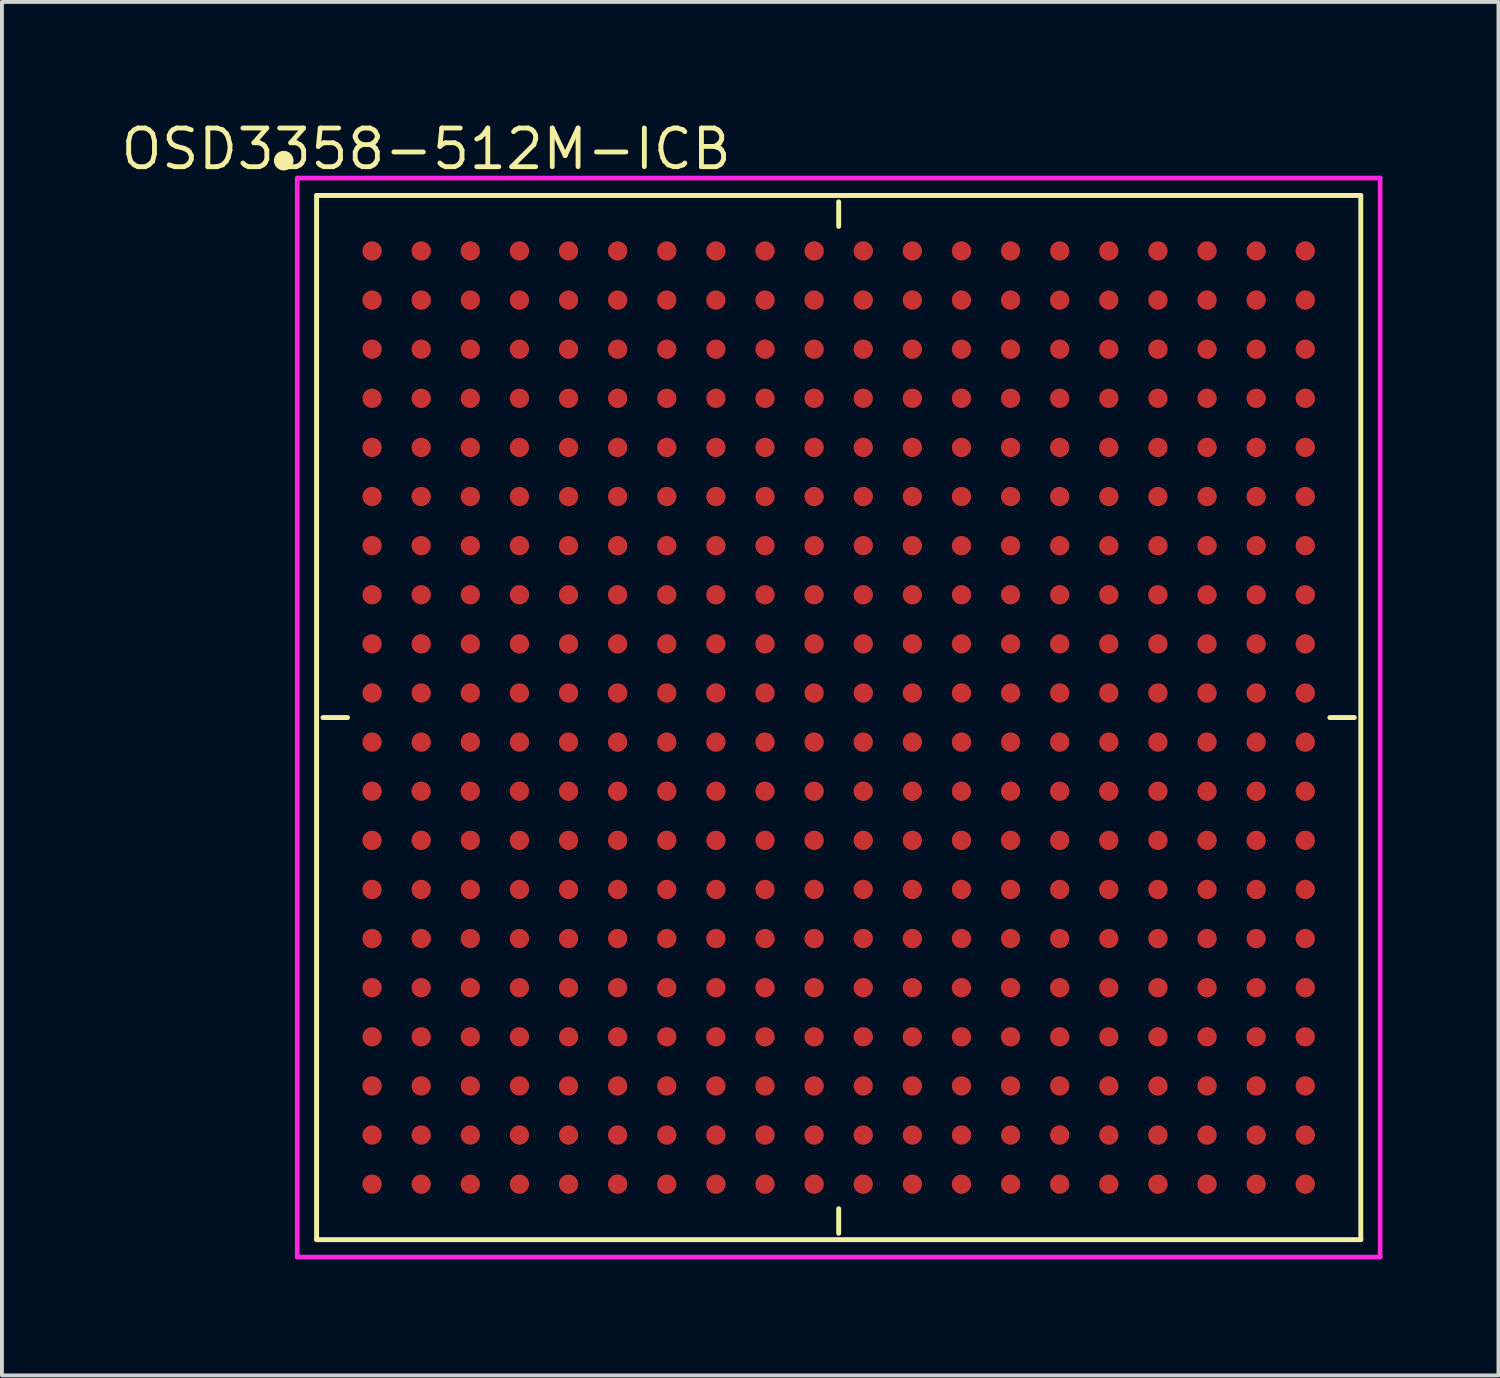
<source format=kicad_pcb>
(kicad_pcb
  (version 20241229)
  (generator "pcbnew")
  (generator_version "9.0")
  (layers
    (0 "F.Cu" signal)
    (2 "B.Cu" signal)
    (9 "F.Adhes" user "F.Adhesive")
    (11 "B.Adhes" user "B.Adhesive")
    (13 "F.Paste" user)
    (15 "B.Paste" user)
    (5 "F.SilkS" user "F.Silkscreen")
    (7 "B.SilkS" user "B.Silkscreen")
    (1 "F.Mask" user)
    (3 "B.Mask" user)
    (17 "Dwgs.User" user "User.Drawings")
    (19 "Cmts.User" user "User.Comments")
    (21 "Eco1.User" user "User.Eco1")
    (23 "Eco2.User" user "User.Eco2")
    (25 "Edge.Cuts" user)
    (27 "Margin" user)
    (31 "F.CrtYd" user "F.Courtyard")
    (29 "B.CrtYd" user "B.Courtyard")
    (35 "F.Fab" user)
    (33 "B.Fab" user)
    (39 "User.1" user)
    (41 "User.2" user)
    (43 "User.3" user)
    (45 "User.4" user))
  (footprint "OSD3358-512M-ICB"
    (layer "F.Cu")
    (at 18.636 15.504)
    (property "Reference" "OSD3358-512M-ICB" (at -10.668 -14.7 0) (layer "F.SilkS") (effects (font (size 1 1) (thickness 0.125))))
    (attr through_hole)
    (fp_line (start -13.5 -13.5) (end -13.5 13.5) (stroke (width 0.127) (type solid)) (layer "F.SilkS"))
    (fp_line (start -13.5 13.5) (end 13.5 13.5) (stroke (width 0.127) (type solid)) (layer "F.SilkS"))
    (fp_line (start -12.7 0) (end -13.335 0) (stroke (width 0.127) (type solid)) (layer "F.SilkS"))
    (fp_line (start 0 -13.335) (end 0 -12.7) (stroke (width 0.127) (type solid)) (layer "F.SilkS"))
    (fp_line (start 0 12.7) (end 0 13.335) (stroke (width 0.127) (type solid)) (layer "F.SilkS"))
    (fp_line (start 12.7 0) (end 13.335 0) (stroke (width 0.127) (type solid)) (layer "F.SilkS"))
    (fp_line (start 13.5 -13.5) (end -13.5 -13.5) (stroke (width 0.127) (type solid)) (layer "F.SilkS"))
    (fp_line (start 13.5 13.5) (end 13.5 -13.5) (stroke (width 0.127) (type solid)) (layer "F.SilkS"))
    (fp_circle (center -14.35 -14.4) (end -14.223 -14.4) (stroke (width 0.254) (type solid)) (fill no) (layer "F.SilkS"))
    (fp_line (start -14 -13.95) (end 14 -13.95) (stroke (width 0.12) (type solid)) (layer "F.CrtYd"))
    (fp_line (start -14 13.95) (end -14 -13.95) (stroke (width 0.12) (type solid)) (layer "F.CrtYd"))
    (fp_line (start 14 -13.95) (end 14 13.95) (stroke (width 0.12) (type solid)) (layer "F.CrtYd"))
    (fp_line (start 14 13.95) (end -14 13.95) (stroke (width 0.12) (type solid)) (layer "F.CrtYd"))
    (pad "A1" smd circle (at -12.065 -12.065) (size 0.5 0.5) (layers "F.Cu" "F.Mask" "F.Paste"))
    (pad "A2" smd circle (at -10.795 -12.065) (size 0.5 0.5) (layers "F.Cu" "F.Mask" "F.Paste"))
    (pad "A3" smd circle (at -9.525 -12.065) (size 0.5 0.5) (layers "F.Cu" "F.Mask" "F.Paste"))
    (pad "A4" smd circle (at -8.255 -12.065) (size 0.5 0.5) (layers "F.Cu" "F.Mask" "F.Paste"))
    (pad "A5" smd circle (at -6.985 -12.065) (size 0.5 0.5) (layers "F.Cu" "F.Mask" "F.Paste"))
    (pad "A6" smd circle (at -5.715 -12.065) (size 0.5 0.5) (layers "F.Cu" "F.Mask" "F.Paste"))
    (pad "A7" smd circle (at -4.445 -12.065) (size 0.5 0.5) (layers "F.Cu" "F.Mask" "F.Paste"))
    (pad "A8" smd circle (at -3.175 -12.065) (size 0.5 0.5) (layers "F.Cu" "F.Mask" "F.Paste"))
    (pad "A9" smd circle (at -1.905 -12.065) (size 0.5 0.5) (layers "F.Cu" "F.Mask" "F.Paste"))
    (pad "A10" smd circle (at -0.635 -12.065) (size 0.5 0.5) (layers "F.Cu" "F.Mask" "F.Paste"))
    (pad "A11" smd circle (at 0.635 -12.065) (size 0.5 0.5) (layers "F.Cu" "F.Mask" "F.Paste"))
    (pad "A12" smd circle (at 1.905 -12.065) (size 0.5 0.5) (layers "F.Cu" "F.Mask" "F.Paste"))
    (pad "A13" smd circle (at 3.175 -12.065) (size 0.5 0.5) (layers "F.Cu" "F.Mask" "F.Paste"))
    (pad "A14" smd circle (at 4.445 -12.065) (size 0.5 0.5) (layers "F.Cu" "F.Mask" "F.Paste"))
    (pad "A15" smd circle (at 5.715 -12.065) (size 0.5 0.5) (layers "F.Cu" "F.Mask" "F.Paste"))
    (pad "A16" smd circle (at 6.985 -12.065) (size 0.5 0.5) (layers "F.Cu" "F.Mask" "F.Paste"))
    (pad "A17" smd circle (at 8.255 -12.065) (size 0.5 0.5) (layers "F.Cu" "F.Mask" "F.Paste"))
    (pad "A18" smd circle (at 9.525 -12.065) (size 0.5 0.5) (layers "F.Cu" "F.Mask" "F.Paste"))
    (pad "A19" smd circle (at 10.795 -12.065) (size 0.5 0.5) (layers "F.Cu" "F.Mask" "F.Paste"))
    (pad "A20" smd circle (at 12.065 -12.065) (size 0.5 0.5) (layers "F.Cu" "F.Mask" "F.Paste"))
    (pad "B1" smd circle (at -12.065 -10.795) (size 0.5 0.5) (layers "F.Cu" "F.Mask" "F.Paste"))
    (pad "B2" smd circle (at -10.795 -10.795) (size 0.5 0.5) (layers "F.Cu" "F.Mask" "F.Paste"))
    (pad "B3" smd circle (at -9.525 -10.795) (size 0.5 0.5) (layers "F.Cu" "F.Mask" "F.Paste"))
    (pad "B4" smd circle (at -8.255 -10.795) (size 0.5 0.5) (layers "F.Cu" "F.Mask" "F.Paste"))
    (pad "B5" smd circle (at -6.985 -10.795) (size 0.5 0.5) (layers "F.Cu" "F.Mask" "F.Paste"))
    (pad "B6" smd circle (at -5.715 -10.795) (size 0.5 0.5) (layers "F.Cu" "F.Mask" "F.Paste"))
    (pad "B7" smd circle (at -4.445 -10.795) (size 0.5 0.5) (layers "F.Cu" "F.Mask" "F.Paste"))
    (pad "B8" smd circle (at -3.175 -10.795) (size 0.5 0.5) (layers "F.Cu" "F.Mask" "F.Paste"))
    (pad "B9" smd circle (at -1.905 -10.795) (size 0.5 0.5) (layers "F.Cu" "F.Mask" "F.Paste"))
    (pad "B10" smd circle (at -0.635 -10.795) (size 0.5 0.5) (layers "F.Cu" "F.Mask" "F.Paste"))
    (pad "B11" smd circle (at 0.635 -10.795) (size 0.5 0.5) (layers "F.Cu" "F.Mask" "F.Paste"))
    (pad "B12" smd circle (at 1.905 -10.795) (size 0.5 0.5) (layers "F.Cu" "F.Mask" "F.Paste"))
    (pad "B13" smd circle (at 3.175 -10.795) (size 0.5 0.5) (layers "F.Cu" "F.Mask" "F.Paste"))
    (pad "B14" smd circle (at 4.445 -10.795) (size 0.5 0.5) (layers "F.Cu" "F.Mask" "F.Paste"))
    (pad "B15" smd circle (at 5.715 -10.795) (size 0.5 0.5) (layers "F.Cu" "F.Mask" "F.Paste"))
    (pad "B16" smd circle (at 6.985 -10.795) (size 0.5 0.5) (layers "F.Cu" "F.Mask" "F.Paste"))
    (pad "B17" smd circle (at 8.255 -10.795) (size 0.5 0.5) (layers "F.Cu" "F.Mask" "F.Paste"))
    (pad "B18" smd circle (at 9.525 -10.795) (size 0.5 0.5) (layers "F.Cu" "F.Mask" "F.Paste"))
    (pad "B19" smd circle (at 10.795 -10.795) (size 0.5 0.5) (layers "F.Cu" "F.Mask" "F.Paste"))
    (pad "B20" smd circle (at 12.065 -10.795) (size 0.5 0.5) (layers "F.Cu" "F.Mask" "F.Paste"))
    (pad "C1" smd circle (at -12.065 -9.525) (size 0.5 0.5) (layers "F.Cu" "F.Mask" "F.Paste"))
    (pad "C2" smd circle (at -10.795 -9.525) (size 0.5 0.5) (layers "F.Cu" "F.Mask" "F.Paste"))
    (pad "C3" smd circle (at -9.525 -9.525) (size 0.5 0.5) (layers "F.Cu" "F.Mask" "F.Paste"))
    (pad "C4" smd circle (at -8.255 -9.525) (size 0.5 0.5) (layers "F.Cu" "F.Mask" "F.Paste"))
    (pad "C5" smd circle (at -6.985 -9.525) (size 0.5 0.5) (layers "F.Cu" "F.Mask" "F.Paste"))
    (pad "C6" smd circle (at -5.715 -9.525) (size 0.5 0.5) (layers "F.Cu" "F.Mask" "F.Paste"))
    (pad "C7" smd circle (at -4.445 -9.525) (size 0.5 0.5) (layers "F.Cu" "F.Mask" "F.Paste"))
    (pad "C8" smd circle (at -3.175 -9.525) (size 0.5 0.5) (layers "F.Cu" "F.Mask" "F.Paste"))
    (pad "C9" smd circle (at -1.905 -9.525) (size 0.5 0.5) (layers "F.Cu" "F.Mask" "F.Paste"))
    (pad "C10" smd circle (at -0.635 -9.525) (size 0.5 0.5) (layers "F.Cu" "F.Mask" "F.Paste"))
    (pad "C11" smd circle (at 0.635 -9.525) (size 0.5 0.5) (layers "F.Cu" "F.Mask" "F.Paste"))
    (pad "C12" smd circle (at 1.905 -9.525) (size 0.5 0.5) (layers "F.Cu" "F.Mask" "F.Paste"))
    (pad "C13" smd circle (at 3.175 -9.525) (size 0.5 0.5) (layers "F.Cu" "F.Mask" "F.Paste"))
    (pad "C14" smd circle (at 4.445 -9.525) (size 0.5 0.5) (layers "F.Cu" "F.Mask" "F.Paste"))
    (pad "C15" smd circle (at 5.715 -9.525) (size 0.5 0.5) (layers "F.Cu" "F.Mask" "F.Paste"))
    (pad "C16" smd circle (at 6.985 -9.525) (size 0.5 0.5) (layers "F.Cu" "F.Mask" "F.Paste"))
    (pad "C17" smd circle (at 8.255 -9.525) (size 0.5 0.5) (layers "F.Cu" "F.Mask" "F.Paste"))
    (pad "C18" smd circle (at 9.525 -9.525) (size 0.5 0.5) (layers "F.Cu" "F.Mask" "F.Paste"))
    (pad "C19" smd circle (at 10.795 -9.525) (size 0.5 0.5) (layers "F.Cu" "F.Mask" "F.Paste"))
    (pad "C20" smd circle (at 12.065 -9.525) (size 0.5 0.5) (layers "F.Cu" "F.Mask" "F.Paste"))
    (pad "D1" smd circle (at -12.065 -8.255) (size 0.5 0.5) (layers "F.Cu" "F.Mask" "F.Paste"))
    (pad "D2" smd circle (at -10.795 -8.255) (size 0.5 0.5) (layers "F.Cu" "F.Mask" "F.Paste"))
    (pad "D3" smd circle (at -9.525 -8.255) (size 0.5 0.5) (layers "F.Cu" "F.Mask" "F.Paste"))
    (pad "D4" smd circle (at -8.255 -8.255) (size 0.5 0.5) (layers "F.Cu" "F.Mask" "F.Paste"))
    (pad "D5" smd circle (at -6.985 -8.255) (size 0.5 0.5) (layers "F.Cu" "F.Mask" "F.Paste"))
    (pad "D6" smd circle (at -5.715 -8.255) (size 0.5 0.5) (layers "F.Cu" "F.Mask" "F.Paste"))
    (pad "D7" smd circle (at -4.445 -8.255) (size 0.5 0.5) (layers "F.Cu" "F.Mask" "F.Paste"))
    (pad "D8" smd circle (at -3.175 -8.255) (size 0.5 0.5) (layers "F.Cu" "F.Mask" "F.Paste"))
    (pad "D9" smd circle (at -1.905 -8.255) (size 0.5 0.5) (layers "F.Cu" "F.Mask" "F.Paste"))
    (pad "D10" smd circle (at -0.635 -8.255) (size 0.5 0.5) (layers "F.Cu" "F.Mask" "F.Paste"))
    (pad "D11" smd circle (at 0.635 -8.255) (size 0.5 0.5) (layers "F.Cu" "F.Mask" "F.Paste"))
    (pad "D12" smd circle (at 1.905 -8.255) (size 0.5 0.5) (layers "F.Cu" "F.Mask" "F.Paste"))
    (pad "D13" smd circle (at 3.175 -8.255) (size 0.5 0.5) (layers "F.Cu" "F.Mask" "F.Paste"))
    (pad "D14" smd circle (at 4.445 -8.255) (size 0.5 0.5) (layers "F.Cu" "F.Mask" "F.Paste"))
    (pad "D15" smd circle (at 5.715 -8.255) (size 0.5 0.5) (layers "F.Cu" "F.Mask" "F.Paste"))
    (pad "D16" smd circle (at 6.985 -8.255) (size 0.5 0.5) (layers "F.Cu" "F.Mask" "F.Paste"))
    (pad "D17" smd circle (at 8.255 -8.255) (size 0.5 0.5) (layers "F.Cu" "F.Mask" "F.Paste"))
    (pad "D18" smd circle (at 9.525 -8.255) (size 0.5 0.5) (layers "F.Cu" "F.Mask" "F.Paste"))
    (pad "D19" smd circle (at 10.795 -8.255) (size 0.5 0.5) (layers "F.Cu" "F.Mask" "F.Paste"))
    (pad "D20" smd circle (at 12.065 -8.255) (size 0.5 0.5) (layers "F.Cu" "F.Mask" "F.Paste"))
    (pad "E1" smd circle (at -12.065 -6.985) (size 0.5 0.5) (layers "F.Cu" "F.Mask" "F.Paste"))
    (pad "E2" smd circle (at -10.795 -6.985) (size 0.5 0.5) (layers "F.Cu" "F.Mask" "F.Paste"))
    (pad "E3" smd circle (at -9.525 -6.985) (size 0.5 0.5) (layers "F.Cu" "F.Mask" "F.Paste"))
    (pad "E4" smd circle (at -8.255 -6.985) (size 0.5 0.5) (layers "F.Cu" "F.Mask" "F.Paste"))
    (pad "E5" smd circle (at -6.985 -6.985) (size 0.5 0.5) (layers "F.Cu" "F.Mask" "F.Paste"))
    (pad "E6" smd circle (at -5.715 -6.985) (size 0.5 0.5) (layers "F.Cu" "F.Mask" "F.Paste"))
    (pad "E7" smd circle (at -4.445 -6.985) (size 0.5 0.5) (layers "F.Cu" "F.Mask" "F.Paste"))
    (pad "E8" smd circle (at -3.175 -6.985) (size 0.5 0.5) (layers "F.Cu" "F.Mask" "F.Paste"))
    (pad "E9" smd circle (at -1.905 -6.985) (size 0.5 0.5) (layers "F.Cu" "F.Mask" "F.Paste"))
    (pad "E10" smd circle (at -0.635 -6.985) (size 0.5 0.5) (layers "F.Cu" "F.Mask" "F.Paste"))
    (pad "E11" smd circle (at 0.635 -6.985) (size 0.5 0.5) (layers "F.Cu" "F.Mask" "F.Paste"))
    (pad "E12" smd circle (at 1.905 -6.985) (size 0.5 0.5) (layers "F.Cu" "F.Mask" "F.Paste"))
    (pad "E13" smd circle (at 3.175 -6.985) (size 0.5 0.5) (layers "F.Cu" "F.Mask" "F.Paste"))
    (pad "E14" smd circle (at 4.445 -6.985) (size 0.5 0.5) (layers "F.Cu" "F.Mask" "F.Paste"))
    (pad "E15" smd circle (at 5.715 -6.985) (size 0.5 0.5) (layers "F.Cu" "F.Mask" "F.Paste"))
    (pad "E16" smd circle (at 6.985 -6.985) (size 0.5 0.5) (layers "F.Cu" "F.Mask" "F.Paste"))
    (pad "E17" smd circle (at 8.255 -6.985) (size 0.5 0.5) (layers "F.Cu" "F.Mask" "F.Paste"))
    (pad "E18" smd circle (at 9.525 -6.985) (size 0.5 0.5) (layers "F.Cu" "F.Mask" "F.Paste"))
    (pad "E19" smd circle (at 10.795 -6.985) (size 0.5 0.5) (layers "F.Cu" "F.Mask" "F.Paste"))
    (pad "E20" smd circle (at 12.065 -6.985) (size 0.5 0.5) (layers "F.Cu" "F.Mask" "F.Paste"))
    (pad "F1" smd circle (at -12.065 -5.715) (size 0.5 0.5) (layers "F.Cu" "F.Mask" "F.Paste"))
    (pad "F2" smd circle (at -10.795 -5.715) (size 0.5 0.5) (layers "F.Cu" "F.Mask" "F.Paste"))
    (pad "F3" smd circle (at -9.525 -5.715) (size 0.5 0.5) (layers "F.Cu" "F.Mask" "F.Paste"))
    (pad "F4" smd circle (at -8.255 -5.715) (size 0.5 0.5) (layers "F.Cu" "F.Mask" "F.Paste"))
    (pad "F5" smd circle (at -6.985 -5.715) (size 0.5 0.5) (layers "F.Cu" "F.Mask" "F.Paste"))
    (pad "F6" smd circle (at -5.715 -5.715) (size 0.5 0.5) (layers "F.Cu" "F.Mask" "F.Paste"))
    (pad "F7" smd circle (at -4.445 -5.715) (size 0.5 0.5) (layers "F.Cu" "F.Mask" "F.Paste"))
    (pad "F8" smd circle (at -3.175 -5.715) (size 0.5 0.5) (layers "F.Cu" "F.Mask" "F.Paste"))
    (pad "F9" smd circle (at -1.905 -5.715) (size 0.5 0.5) (layers "F.Cu" "F.Mask" "F.Paste"))
    (pad "F10" smd circle (at -0.635 -5.715) (size 0.5 0.5) (layers "F.Cu" "F.Mask" "F.Paste"))
    (pad "F11" smd circle (at 0.635 -5.715) (size 0.5 0.5) (layers "F.Cu" "F.Mask" "F.Paste"))
    (pad "F12" smd circle (at 1.905 -5.715) (size 0.5 0.5) (layers "F.Cu" "F.Mask" "F.Paste"))
    (pad "F13" smd circle (at 3.175 -5.715) (size 0.5 0.5) (layers "F.Cu" "F.Mask" "F.Paste"))
    (pad "F14" smd circle (at 4.445 -5.715) (size 0.5 0.5) (layers "F.Cu" "F.Mask" "F.Paste"))
    (pad "F15" smd circle (at 5.715 -5.715) (size 0.5 0.5) (layers "F.Cu" "F.Mask" "F.Paste"))
    (pad "F16" smd circle (at 6.985 -5.715) (size 0.5 0.5) (layers "F.Cu" "F.Mask" "F.Paste"))
    (pad "F17" smd circle (at 8.255 -5.715) (size 0.5 0.5) (layers "F.Cu" "F.Mask" "F.Paste"))
    (pad "F18" smd circle (at 9.525 -5.715) (size 0.5 0.5) (layers "F.Cu" "F.Mask" "F.Paste"))
    (pad "F19" smd circle (at 10.795 -5.715) (size 0.5 0.5) (layers "F.Cu" "F.Mask" "F.Paste"))
    (pad "F20" smd circle (at 12.065 -5.715) (size 0.5 0.5) (layers "F.Cu" "F.Mask" "F.Paste"))
    (pad "G1" smd circle (at -12.065 -4.445) (size 0.5 0.5) (layers "F.Cu" "F.Mask" "F.Paste"))
    (pad "G2" smd circle (at -10.795 -4.445) (size 0.5 0.5) (layers "F.Cu" "F.Mask" "F.Paste"))
    (pad "G3" smd circle (at -9.525 -4.445) (size 0.5 0.5) (layers "F.Cu" "F.Mask" "F.Paste"))
    (pad "G4" smd circle (at -8.255 -4.445) (size 0.5 0.5) (layers "F.Cu" "F.Mask" "F.Paste"))
    (pad "G5" smd circle (at -6.985 -4.445) (size 0.5 0.5) (layers "F.Cu" "F.Mask" "F.Paste"))
    (pad "G6" smd circle (at -5.715 -4.445) (size 0.5 0.5) (layers "F.Cu" "F.Mask" "F.Paste"))
    (pad "G7" smd circle (at -4.445 -4.445) (size 0.5 0.5) (layers "F.Cu" "F.Mask" "F.Paste"))
    (pad "G8" smd circle (at -3.175 -4.445) (size 0.5 0.5) (layers "F.Cu" "F.Mask" "F.Paste"))
    (pad "G9" smd circle (at -1.905 -4.445) (size 0.5 0.5) (layers "F.Cu" "F.Mask" "F.Paste"))
    (pad "G10" smd circle (at -0.635 -4.445) (size 0.5 0.5) (layers "F.Cu" "F.Mask" "F.Paste"))
    (pad "G11" smd circle (at 0.635 -4.445) (size 0.5 0.5) (layers "F.Cu" "F.Mask" "F.Paste"))
    (pad "G12" smd circle (at 1.905 -4.445) (size 0.5 0.5) (layers "F.Cu" "F.Mask" "F.Paste"))
    (pad "G13" smd circle (at 3.175 -4.445) (size 0.5 0.5) (layers "F.Cu" "F.Mask" "F.Paste"))
    (pad "G14" smd circle (at 4.445 -4.445) (size 0.5 0.5) (layers "F.Cu" "F.Mask" "F.Paste"))
    (pad "G15" smd circle (at 5.715 -4.445) (size 0.5 0.5) (layers "F.Cu" "F.Mask" "F.Paste"))
    (pad "G16" smd circle (at 6.985 -4.445) (size 0.5 0.5) (layers "F.Cu" "F.Mask" "F.Paste"))
    (pad "G17" smd circle (at 8.255 -4.445) (size 0.5 0.5) (layers "F.Cu" "F.Mask" "F.Paste"))
    (pad "G18" smd circle (at 9.525 -4.445) (size 0.5 0.5) (layers "F.Cu" "F.Mask" "F.Paste"))
    (pad "G19" smd circle (at 10.795 -4.445) (size 0.5 0.5) (layers "F.Cu" "F.Mask" "F.Paste"))
    (pad "G20" smd circle (at 12.065 -4.445) (size 0.5 0.5) (layers "F.Cu" "F.Mask" "F.Paste"))
    (pad "H1" smd circle (at -12.065 -3.175) (size 0.5 0.5) (layers "F.Cu" "F.Mask" "F.Paste"))
    (pad "H2" smd circle (at -10.795 -3.175) (size 0.5 0.5) (layers "F.Cu" "F.Mask" "F.Paste"))
    (pad "H3" smd circle (at -9.525 -3.175) (size 0.5 0.5) (layers "F.Cu" "F.Mask" "F.Paste"))
    (pad "H4" smd circle (at -8.255 -3.175) (size 0.5 0.5) (layers "F.Cu" "F.Mask" "F.Paste"))
    (pad "H5" smd circle (at -6.985 -3.175) (size 0.5 0.5) (layers "F.Cu" "F.Mask" "F.Paste"))
    (pad "H6" smd circle (at -5.715 -3.175) (size 0.5 0.5) (layers "F.Cu" "F.Mask" "F.Paste"))
    (pad "H7" smd circle (at -4.445 -3.175) (size 0.5 0.5) (layers "F.Cu" "F.Mask" "F.Paste"))
    (pad "H8" smd circle (at -3.175 -3.175) (size 0.5 0.5) (layers "F.Cu" "F.Mask" "F.Paste"))
    (pad "H9" smd circle (at -1.905 -3.175) (size 0.5 0.5) (layers "F.Cu" "F.Mask" "F.Paste"))
    (pad "H10" smd circle (at -0.635 -3.175) (size 0.5 0.5) (layers "F.Cu" "F.Mask" "F.Paste"))
    (pad "H11" smd circle (at 0.635 -3.175) (size 0.5 0.5) (layers "F.Cu" "F.Mask" "F.Paste"))
    (pad "H12" smd circle (at 1.905 -3.175) (size 0.5 0.5) (layers "F.Cu" "F.Mask" "F.Paste"))
    (pad "H13" smd circle (at 3.175 -3.175) (size 0.5 0.5) (layers "F.Cu" "F.Mask" "F.Paste"))
    (pad "H14" smd circle (at 4.445 -3.175) (size 0.5 0.5) (layers "F.Cu" "F.Mask" "F.Paste"))
    (pad "H15" smd circle (at 5.715 -3.175) (size 0.5 0.5) (layers "F.Cu" "F.Mask" "F.Paste"))
    (pad "H16" smd circle (at 6.985 -3.175) (size 0.5 0.5) (layers "F.Cu" "F.Mask" "F.Paste"))
    (pad "H17" smd circle (at 8.255 -3.175) (size 0.5 0.5) (layers "F.Cu" "F.Mask" "F.Paste"))
    (pad "H18" smd circle (at 9.525 -3.175) (size 0.5 0.5) (layers "F.Cu" "F.Mask" "F.Paste"))
    (pad "H19" smd circle (at 10.795 -3.175) (size 0.5 0.5) (layers "F.Cu" "F.Mask" "F.Paste"))
    (pad "H20" smd circle (at 12.065 -3.175) (size 0.5 0.5) (layers "F.Cu" "F.Mask" "F.Paste"))
    (pad "J1" smd circle (at -12.065 -1.905) (size 0.5 0.5) (layers "F.Cu" "F.Mask" "F.Paste"))
    (pad "J2" smd circle (at -10.795 -1.905) (size 0.5 0.5) (layers "F.Cu" "F.Mask" "F.Paste"))
    (pad "J3" smd circle (at -9.525 -1.905) (size 0.5 0.5) (layers "F.Cu" "F.Mask" "F.Paste"))
    (pad "J4" smd circle (at -8.255 -1.905) (size 0.5 0.5) (layers "F.Cu" "F.Mask" "F.Paste"))
    (pad "J5" smd circle (at -6.985 -1.905) (size 0.5 0.5) (layers "F.Cu" "F.Mask" "F.Paste"))
    (pad "J6" smd circle (at -5.715 -1.905) (size 0.5 0.5) (layers "F.Cu" "F.Mask" "F.Paste"))
    (pad "J7" smd circle (at -4.445 -1.905) (size 0.5 0.5) (layers "F.Cu" "F.Mask" "F.Paste"))
    (pad "J8" smd circle (at -3.175 -1.905) (size 0.5 0.5) (layers "F.Cu" "F.Mask" "F.Paste"))
    (pad "J9" smd circle (at -1.905 -1.905) (size 0.5 0.5) (layers "F.Cu" "F.Mask" "F.Paste"))
    (pad "J10" smd circle (at -0.635 -1.905) (size 0.5 0.5) (layers "F.Cu" "F.Mask" "F.Paste"))
    (pad "J11" smd circle (at 0.635 -1.905) (size 0.5 0.5) (layers "F.Cu" "F.Mask" "F.Paste"))
    (pad "J12" smd circle (at 1.905 -1.905) (size 0.5 0.5) (layers "F.Cu" "F.Mask" "F.Paste"))
    (pad "J13" smd circle (at 3.175 -1.905) (size 0.5 0.5) (layers "F.Cu" "F.Mask" "F.Paste"))
    (pad "J14" smd circle (at 4.445 -1.905) (size 0.5 0.5) (layers "F.Cu" "F.Mask" "F.Paste"))
    (pad "J15" smd circle (at 5.715 -1.905) (size 0.5 0.5) (layers "F.Cu" "F.Mask" "F.Paste"))
    (pad "J16" smd circle (at 6.985 -1.905) (size 0.5 0.5) (layers "F.Cu" "F.Mask" "F.Paste"))
    (pad "J17" smd circle (at 8.255 -1.905) (size 0.5 0.5) (layers "F.Cu" "F.Mask" "F.Paste"))
    (pad "J18" smd circle (at 9.525 -1.905) (size 0.5 0.5) (layers "F.Cu" "F.Mask" "F.Paste"))
    (pad "J19" smd circle (at 10.795 -1.905) (size 0.5 0.5) (layers "F.Cu" "F.Mask" "F.Paste"))
    (pad "J20" smd circle (at 12.065 -1.905) (size 0.5 0.5) (layers "F.Cu" "F.Mask" "F.Paste"))
    (pad "K1" smd circle (at -12.065 -0.635) (size 0.5 0.5) (layers "F.Cu" "F.Mask" "F.Paste"))
    (pad "K2" smd circle (at -10.795 -0.635) (size 0.5 0.5) (layers "F.Cu" "F.Mask" "F.Paste"))
    (pad "K3" smd circle (at -9.525 -0.635) (size 0.5 0.5) (layers "F.Cu" "F.Mask" "F.Paste"))
    (pad "K4" smd circle (at -8.255 -0.635) (size 0.5 0.5) (layers "F.Cu" "F.Mask" "F.Paste"))
    (pad "K5" smd circle (at -6.985 -0.635) (size 0.5 0.5) (layers "F.Cu" "F.Mask" "F.Paste"))
    (pad "K6" smd circle (at -5.715 -0.635) (size 0.5 0.5) (layers "F.Cu" "F.Mask" "F.Paste"))
    (pad "K7" smd circle (at -4.445 -0.635) (size 0.5 0.5) (layers "F.Cu" "F.Mask" "F.Paste"))
    (pad "K8" smd circle (at -3.175 -0.635) (size 0.5 0.5) (layers "F.Cu" "F.Mask" "F.Paste"))
    (pad "K9" smd circle (at -1.905 -0.635) (size 0.5 0.5) (layers "F.Cu" "F.Mask" "F.Paste"))
    (pad "K10" smd circle (at -0.635 -0.635) (size 0.5 0.5) (layers "F.Cu" "F.Mask" "F.Paste"))
    (pad "K11" smd circle (at 0.635 -0.635) (size 0.5 0.5) (layers "F.Cu" "F.Mask" "F.Paste"))
    (pad "K12" smd circle (at 1.905 -0.635) (size 0.5 0.5) (layers "F.Cu" "F.Mask" "F.Paste"))
    (pad "K13" smd circle (at 3.175 -0.635) (size 0.5 0.5) (layers "F.Cu" "F.Mask" "F.Paste"))
    (pad "K14" smd circle (at 4.445 -0.635) (size 0.5 0.5) (layers "F.Cu" "F.Mask" "F.Paste"))
    (pad "K15" smd circle (at 5.715 -0.635) (size 0.5 0.5) (layers "F.Cu" "F.Mask" "F.Paste"))
    (pad "K16" smd circle (at 6.985 -0.635) (size 0.5 0.5) (layers "F.Cu" "F.Mask" "F.Paste"))
    (pad "K17" smd circle (at 8.255 -0.635) (size 0.5 0.5) (layers "F.Cu" "F.Mask" "F.Paste"))
    (pad "K18" smd circle (at 9.525 -0.635) (size 0.5 0.5) (layers "F.Cu" "F.Mask" "F.Paste"))
    (pad "K19" smd circle (at 10.795 -0.635) (size 0.5 0.5) (layers "F.Cu" "F.Mask" "F.Paste"))
    (pad "K20" smd circle (at 12.065 -0.635) (size 0.5 0.5) (layers "F.Cu" "F.Mask" "F.Paste"))
    (pad "L1" smd circle (at -12.065 0.635) (size 0.5 0.5) (layers "F.Cu" "F.Mask" "F.Paste"))
    (pad "L2" smd circle (at -10.795 0.635) (size 0.5 0.5) (layers "F.Cu" "F.Mask" "F.Paste"))
    (pad "L3" smd circle (at -9.525 0.635) (size 0.5 0.5) (layers "F.Cu" "F.Mask" "F.Paste"))
    (pad "L4" smd circle (at -8.255 0.635) (size 0.5 0.5) (layers "F.Cu" "F.Mask" "F.Paste"))
    (pad "L5" smd circle (at -6.985 0.635) (size 0.5 0.5) (layers "F.Cu" "F.Mask" "F.Paste"))
    (pad "L6" smd circle (at -5.715 0.635) (size 0.5 0.5) (layers "F.Cu" "F.Mask" "F.Paste"))
    (pad "L7" smd circle (at -4.445 0.635) (size 0.5 0.5) (layers "F.Cu" "F.Mask" "F.Paste"))
    (pad "L8" smd circle (at -3.175 0.635) (size 0.5 0.5) (layers "F.Cu" "F.Mask" "F.Paste"))
    (pad "L9" smd circle (at -1.905 0.635) (size 0.5 0.5) (layers "F.Cu" "F.Mask" "F.Paste"))
    (pad "L10" smd circle (at -0.635 0.635) (size 0.5 0.5) (layers "F.Cu" "F.Mask" "F.Paste"))
    (pad "L11" smd circle (at 0.635 0.635) (size 0.5 0.5) (layers "F.Cu" "F.Mask" "F.Paste"))
    (pad "L12" smd circle (at 1.905 0.635) (size 0.5 0.5) (layers "F.Cu" "F.Mask" "F.Paste"))
    (pad "L13" smd circle (at 3.175 0.635) (size 0.5 0.5) (layers "F.Cu" "F.Mask" "F.Paste"))
    (pad "L14" smd circle (at 4.445 0.635) (size 0.5 0.5) (layers "F.Cu" "F.Mask" "F.Paste"))
    (pad "L15" smd circle (at 5.715 0.635) (size 0.5 0.5) (layers "F.Cu" "F.Mask" "F.Paste"))
    (pad "L16" smd circle (at 6.985 0.635) (size 0.5 0.5) (layers "F.Cu" "F.Mask" "F.Paste"))
    (pad "L17" smd circle (at 8.255 0.635) (size 0.5 0.5) (layers "F.Cu" "F.Mask" "F.Paste"))
    (pad "L18" smd circle (at 9.525 0.635) (size 0.5 0.5) (layers "F.Cu" "F.Mask" "F.Paste"))
    (pad "L19" smd circle (at 10.795 0.635) (size 0.5 0.5) (layers "F.Cu" "F.Mask" "F.Paste"))
    (pad "L20" smd circle (at 12.065 0.635) (size 0.5 0.5) (layers "F.Cu" "F.Mask" "F.Paste"))
    (pad "M1" smd circle (at -12.065 1.905) (size 0.5 0.5) (layers "F.Cu" "F.Mask" "F.Paste"))
    (pad "M2" smd circle (at -10.795 1.905) (size 0.5 0.5) (layers "F.Cu" "F.Mask" "F.Paste"))
    (pad "M3" smd circle (at -9.525 1.905) (size 0.5 0.5) (layers "F.Cu" "F.Mask" "F.Paste"))
    (pad "M4" smd circle (at -8.255 1.905) (size 0.5 0.5) (layers "F.Cu" "F.Mask" "F.Paste"))
    (pad "M5" smd circle (at -6.985 1.905) (size 0.5 0.5) (layers "F.Cu" "F.Mask" "F.Paste"))
    (pad "M6" smd circle (at -5.715 1.905) (size 0.5 0.5) (layers "F.Cu" "F.Mask" "F.Paste"))
    (pad "M7" smd circle (at -4.445 1.905) (size 0.5 0.5) (layers "F.Cu" "F.Mask" "F.Paste"))
    (pad "M8" smd circle (at -3.175 1.905) (size 0.5 0.5) (layers "F.Cu" "F.Mask" "F.Paste"))
    (pad "M9" smd circle (at -1.905 1.905) (size 0.5 0.5) (layers "F.Cu" "F.Mask" "F.Paste"))
    (pad "M10" smd circle (at -0.635 1.905) (size 0.5 0.5) (layers "F.Cu" "F.Mask" "F.Paste"))
    (pad "M11" smd circle (at 0.635 1.905) (size 0.5 0.5) (layers "F.Cu" "F.Mask" "F.Paste"))
    (pad "M12" smd circle (at 1.905 1.905) (size 0.5 0.5) (layers "F.Cu" "F.Mask" "F.Paste"))
    (pad "M13" smd circle (at 3.175 1.905) (size 0.5 0.5) (layers "F.Cu" "F.Mask" "F.Paste"))
    (pad "M14" smd circle (at 4.445 1.905) (size 0.5 0.5) (layers "F.Cu" "F.Mask" "F.Paste"))
    (pad "M15" smd circle (at 5.715 1.905) (size 0.5 0.5) (layers "F.Cu" "F.Mask" "F.Paste"))
    (pad "M16" smd circle (at 6.985 1.905) (size 0.5 0.5) (layers "F.Cu" "F.Mask" "F.Paste"))
    (pad "M17" smd circle (at 8.255 1.905) (size 0.5 0.5) (layers "F.Cu" "F.Mask" "F.Paste"))
    (pad "M18" smd circle (at 9.525 1.905) (size 0.5 0.5) (layers "F.Cu" "F.Mask" "F.Paste"))
    (pad "M19" smd circle (at 10.795 1.905) (size 0.5 0.5) (layers "F.Cu" "F.Mask" "F.Paste"))
    (pad "M20" smd circle (at 12.065 1.905) (size 0.5 0.5) (layers "F.Cu" "F.Mask" "F.Paste"))
    (pad "N1" smd circle (at -12.065 3.175) (size 0.5 0.5) (layers "F.Cu" "F.Mask" "F.Paste"))
    (pad "N2" smd circle (at -10.795 3.175) (size 0.5 0.5) (layers "F.Cu" "F.Mask" "F.Paste"))
    (pad "N3" smd circle (at -9.525 3.175) (size 0.5 0.5) (layers "F.Cu" "F.Mask" "F.Paste"))
    (pad "N4" smd circle (at -8.255 3.175) (size 0.5 0.5) (layers "F.Cu" "F.Mask" "F.Paste"))
    (pad "N5" smd circle (at -6.985 3.175) (size 0.5 0.5) (layers "F.Cu" "F.Mask" "F.Paste"))
    (pad "N6" smd circle (at -5.715 3.175) (size 0.5 0.5) (layers "F.Cu" "F.Mask" "F.Paste"))
    (pad "N7" smd circle (at -4.445 3.175) (size 0.5 0.5) (layers "F.Cu" "F.Mask" "F.Paste"))
    (pad "N8" smd circle (at -3.175 3.175) (size 0.5 0.5) (layers "F.Cu" "F.Mask" "F.Paste"))
    (pad "N9" smd circle (at -1.905 3.175) (size 0.5 0.5) (layers "F.Cu" "F.Mask" "F.Paste"))
    (pad "N10" smd circle (at -0.635 3.175) (size 0.5 0.5) (layers "F.Cu" "F.Mask" "F.Paste"))
    (pad "N11" smd circle (at 0.635 3.175) (size 0.5 0.5) (layers "F.Cu" "F.Mask" "F.Paste"))
    (pad "N12" smd circle (at 1.905 3.175) (size 0.5 0.5) (layers "F.Cu" "F.Mask" "F.Paste"))
    (pad "N13" smd circle (at 3.175 3.175) (size 0.5 0.5) (layers "F.Cu" "F.Mask" "F.Paste"))
    (pad "N14" smd circle (at 4.445 3.175) (size 0.5 0.5) (layers "F.Cu" "F.Mask" "F.Paste"))
    (pad "N15" smd circle (at 5.715 3.175) (size 0.5 0.5) (layers "F.Cu" "F.Mask" "F.Paste"))
    (pad "N16" smd circle (at 6.985 3.175) (size 0.5 0.5) (layers "F.Cu" "F.Mask" "F.Paste"))
    (pad "N17" smd circle (at 8.255 3.175) (size 0.5 0.5) (layers "F.Cu" "F.Mask" "F.Paste"))
    (pad "N18" smd circle (at 9.525 3.175) (size 0.5 0.5) (layers "F.Cu" "F.Mask" "F.Paste"))
    (pad "N19" smd circle (at 10.795 3.175) (size 0.5 0.5) (layers "F.Cu" "F.Mask" "F.Paste"))
    (pad "N20" smd circle (at 12.065 3.175) (size 0.5 0.5) (layers "F.Cu" "F.Mask" "F.Paste"))
    (pad "P1" smd circle (at -12.065 4.445) (size 0.5 0.5) (layers "F.Cu" "F.Mask" "F.Paste"))
    (pad "P2" smd circle (at -10.795 4.445) (size 0.5 0.5) (layers "F.Cu" "F.Mask" "F.Paste"))
    (pad "P3" smd circle (at -9.525 4.445) (size 0.5 0.5) (layers "F.Cu" "F.Mask" "F.Paste"))
    (pad "P4" smd circle (at -8.255 4.445) (size 0.5 0.5) (layers "F.Cu" "F.Mask" "F.Paste"))
    (pad "P5" smd circle (at -6.985 4.445) (size 0.5 0.5) (layers "F.Cu" "F.Mask" "F.Paste"))
    (pad "P6" smd circle (at -5.715 4.445) (size 0.5 0.5) (layers "F.Cu" "F.Mask" "F.Paste"))
    (pad "P7" smd circle (at -4.445 4.445) (size 0.5 0.5) (layers "F.Cu" "F.Mask" "F.Paste"))
    (pad "P8" smd circle (at -3.175 4.445) (size 0.5 0.5) (layers "F.Cu" "F.Mask" "F.Paste"))
    (pad "P9" smd circle (at -1.905 4.445) (size 0.5 0.5) (layers "F.Cu" "F.Mask" "F.Paste"))
    (pad "P10" smd circle (at -0.635 4.445) (size 0.5 0.5) (layers "F.Cu" "F.Mask" "F.Paste"))
    (pad "P11" smd circle (at 0.635 4.445) (size 0.5 0.5) (layers "F.Cu" "F.Mask" "F.Paste"))
    (pad "P12" smd circle (at 1.905 4.445) (size 0.5 0.5) (layers "F.Cu" "F.Mask" "F.Paste"))
    (pad "P13" smd circle (at 3.175 4.445) (size 0.5 0.5) (layers "F.Cu" "F.Mask" "F.Paste"))
    (pad "P14" smd circle (at 4.445 4.445) (size 0.5 0.5) (layers "F.Cu" "F.Mask" "F.Paste"))
    (pad "P15" smd circle (at 5.715 4.445) (size 0.5 0.5) (layers "F.Cu" "F.Mask" "F.Paste"))
    (pad "P16" smd circle (at 6.985 4.445) (size 0.5 0.5) (layers "F.Cu" "F.Mask" "F.Paste"))
    (pad "P17" smd circle (at 8.255 4.445) (size 0.5 0.5) (layers "F.Cu" "F.Mask" "F.Paste"))
    (pad "P18" smd circle (at 9.525 4.445) (size 0.5 0.5) (layers "F.Cu" "F.Mask" "F.Paste"))
    (pad "P19" smd circle (at 10.795 4.445) (size 0.5 0.5) (layers "F.Cu" "F.Mask" "F.Paste"))
    (pad "P20" smd circle (at 12.065 4.445) (size 0.5 0.5) (layers "F.Cu" "F.Mask" "F.Paste"))
    (pad "R1" smd circle (at -12.065 5.715) (size 0.5 0.5) (layers "F.Cu" "F.Mask" "F.Paste"))
    (pad "R2" smd circle (at -10.795 5.715) (size 0.5 0.5) (layers "F.Cu" "F.Mask" "F.Paste"))
    (pad "R3" smd circle (at -9.525 5.715) (size 0.5 0.5) (layers "F.Cu" "F.Mask" "F.Paste"))
    (pad "R4" smd circle (at -8.255 5.715) (size 0.5 0.5) (layers "F.Cu" "F.Mask" "F.Paste"))
    (pad "R5" smd circle (at -6.985 5.715) (size 0.5 0.5) (layers "F.Cu" "F.Mask" "F.Paste"))
    (pad "R6" smd circle (at -5.715 5.715) (size 0.5 0.5) (layers "F.Cu" "F.Mask" "F.Paste"))
    (pad "R7" smd circle (at -4.445 5.715) (size 0.5 0.5) (layers "F.Cu" "F.Mask" "F.Paste"))
    (pad "R8" smd circle (at -3.175 5.715) (size 0.5 0.5) (layers "F.Cu" "F.Mask" "F.Paste"))
    (pad "R9" smd circle (at -1.905 5.715) (size 0.5 0.5) (layers "F.Cu" "F.Mask" "F.Paste"))
    (pad "R10" smd circle (at -0.635 5.715) (size 0.5 0.5) (layers "F.Cu" "F.Mask" "F.Paste"))
    (pad "R11" smd circle (at 0.635 5.715) (size 0.5 0.5) (layers "F.Cu" "F.Mask" "F.Paste"))
    (pad "R12" smd circle (at 1.905 5.715) (size 0.5 0.5) (layers "F.Cu" "F.Mask" "F.Paste"))
    (pad "R13" smd circle (at 3.175 5.715) (size 0.5 0.5) (layers "F.Cu" "F.Mask" "F.Paste"))
    (pad "R14" smd circle (at 4.445 5.715) (size 0.5 0.5) (layers "F.Cu" "F.Mask" "F.Paste"))
    (pad "R15" smd circle (at 5.715 5.715) (size 0.5 0.5) (layers "F.Cu" "F.Mask" "F.Paste"))
    (pad "R16" smd circle (at 6.985 5.715) (size 0.5 0.5) (layers "F.Cu" "F.Mask" "F.Paste"))
    (pad "R17" smd circle (at 8.255 5.715) (size 0.5 0.5) (layers "F.Cu" "F.Mask" "F.Paste"))
    (pad "R18" smd circle (at 9.525 5.715) (size 0.5 0.5) (layers "F.Cu" "F.Mask" "F.Paste"))
    (pad "R19" smd circle (at 10.795 5.715) (size 0.5 0.5) (layers "F.Cu" "F.Mask" "F.Paste"))
    (pad "R20" smd circle (at 12.065 5.715) (size 0.5 0.5) (layers "F.Cu" "F.Mask" "F.Paste"))
    (pad "T1" smd circle (at -12.065 6.985) (size 0.5 0.5) (layers "F.Cu" "F.Mask" "F.Paste"))
    (pad "T2" smd circle (at -10.795 6.985) (size 0.5 0.5) (layers "F.Cu" "F.Mask" "F.Paste"))
    (pad "T3" smd circle (at -9.525 6.985) (size 0.5 0.5) (layers "F.Cu" "F.Mask" "F.Paste"))
    (pad "T4" smd circle (at -8.255 6.985) (size 0.5 0.5) (layers "F.Cu" "F.Mask" "F.Paste"))
    (pad "T5" smd circle (at -6.985 6.985) (size 0.5 0.5) (layers "F.Cu" "F.Mask" "F.Paste"))
    (pad "T6" smd circle (at -5.715 6.985) (size 0.5 0.5) (layers "F.Cu" "F.Mask" "F.Paste"))
    (pad "T7" smd circle (at -4.445 6.985) (size 0.5 0.5) (layers "F.Cu" "F.Mask" "F.Paste"))
    (pad "T8" smd circle (at -3.175 6.985) (size 0.5 0.5) (layers "F.Cu" "F.Mask" "F.Paste"))
    (pad "T9" smd circle (at -1.905 6.985) (size 0.5 0.5) (layers "F.Cu" "F.Mask" "F.Paste"))
    (pad "T10" smd circle (at -0.635 6.985) (size 0.5 0.5) (layers "F.Cu" "F.Mask" "F.Paste"))
    (pad "T11" smd circle (at 0.635 6.985) (size 0.5 0.5) (layers "F.Cu" "F.Mask" "F.Paste"))
    (pad "T12" smd circle (at 1.905 6.985) (size 0.5 0.5) (layers "F.Cu" "F.Mask" "F.Paste"))
    (pad "T13" smd circle (at 3.175 6.985) (size 0.5 0.5) (layers "F.Cu" "F.Mask" "F.Paste"))
    (pad "T14" smd circle (at 4.445 6.985) (size 0.5 0.5) (layers "F.Cu" "F.Mask" "F.Paste"))
    (pad "T15" smd circle (at 5.715 6.985) (size 0.5 0.5) (layers "F.Cu" "F.Mask" "F.Paste"))
    (pad "T16" smd circle (at 6.985 6.985) (size 0.5 0.5) (layers "F.Cu" "F.Mask" "F.Paste"))
    (pad "T17" smd circle (at 8.255 6.985) (size 0.5 0.5) (layers "F.Cu" "F.Mask" "F.Paste"))
    (pad "T18" smd circle (at 9.525 6.985) (size 0.5 0.5) (layers "F.Cu" "F.Mask" "F.Paste"))
    (pad "T19" smd circle (at 10.795 6.985) (size 0.5 0.5) (layers "F.Cu" "F.Mask" "F.Paste"))
    (pad "T20" smd circle (at 12.065 6.985) (size 0.5 0.5) (layers "F.Cu" "F.Mask" "F.Paste"))
    (pad "U1" smd circle (at -12.065 8.255) (size 0.5 0.5) (layers "F.Cu" "F.Mask" "F.Paste"))
    (pad "U2" smd circle (at -10.795 8.255) (size 0.5 0.5) (layers "F.Cu" "F.Mask" "F.Paste"))
    (pad "U3" smd circle (at -9.525 8.255) (size 0.5 0.5) (layers "F.Cu" "F.Mask" "F.Paste"))
    (pad "U4" smd circle (at -8.255 8.255) (size 0.5 0.5) (layers "F.Cu" "F.Mask" "F.Paste"))
    (pad "U5" smd circle (at -6.985 8.255) (size 0.5 0.5) (layers "F.Cu" "F.Mask" "F.Paste"))
    (pad "U6" smd circle (at -5.715 8.255) (size 0.5 0.5) (layers "F.Cu" "F.Mask" "F.Paste"))
    (pad "U7" smd circle (at -4.445 8.255) (size 0.5 0.5) (layers "F.Cu" "F.Mask" "F.Paste"))
    (pad "U8" smd circle (at -3.175 8.255) (size 0.5 0.5) (layers "F.Cu" "F.Mask" "F.Paste"))
    (pad "U9" smd circle (at -1.905 8.255) (size 0.5 0.5) (layers "F.Cu" "F.Mask" "F.Paste"))
    (pad "U10" smd circle (at -0.635 8.255) (size 0.5 0.5) (layers "F.Cu" "F.Mask" "F.Paste"))
    (pad "U11" smd circle (at 0.635 8.255) (size 0.5 0.5) (layers "F.Cu" "F.Mask" "F.Paste"))
    (pad "U12" smd circle (at 1.905 8.255) (size 0.5 0.5) (layers "F.Cu" "F.Mask" "F.Paste"))
    (pad "U13" smd circle (at 3.175 8.255) (size 0.5 0.5) (layers "F.Cu" "F.Mask" "F.Paste"))
    (pad "U14" smd circle (at 4.445 8.255) (size 0.5 0.5) (layers "F.Cu" "F.Mask" "F.Paste"))
    (pad "U15" smd circle (at 5.715 8.255) (size 0.5 0.5) (layers "F.Cu" "F.Mask" "F.Paste"))
    (pad "U16" smd circle (at 6.985 8.255) (size 0.5 0.5) (layers "F.Cu" "F.Mask" "F.Paste"))
    (pad "U17" smd circle (at 8.255 8.255) (size 0.5 0.5) (layers "F.Cu" "F.Mask" "F.Paste"))
    (pad "U18" smd circle (at 9.525 8.255) (size 0.5 0.5) (layers "F.Cu" "F.Mask" "F.Paste"))
    (pad "U19" smd circle (at 10.795 8.255) (size 0.5 0.5) (layers "F.Cu" "F.Mask" "F.Paste"))
    (pad "U20" smd circle (at 12.065 8.255) (size 0.5 0.5) (layers "F.Cu" "F.Mask" "F.Paste"))
    (pad "V1" smd circle (at -12.065 9.525) (size 0.5 0.5) (layers "F.Cu" "F.Mask" "F.Paste"))
    (pad "V2" smd circle (at -10.795 9.525) (size 0.5 0.5) (layers "F.Cu" "F.Mask" "F.Paste"))
    (pad "V3" smd circle (at -9.525 9.525) (size 0.5 0.5) (layers "F.Cu" "F.Mask" "F.Paste"))
    (pad "V4" smd circle (at -8.255 9.525) (size 0.5 0.5) (layers "F.Cu" "F.Mask" "F.Paste"))
    (pad "V5" smd circle (at -6.985 9.525) (size 0.5 0.5) (layers "F.Cu" "F.Mask" "F.Paste"))
    (pad "V6" smd circle (at -5.715 9.525) (size 0.5 0.5) (layers "F.Cu" "F.Mask" "F.Paste"))
    (pad "V7" smd circle (at -4.445 9.525) (size 0.5 0.5) (layers "F.Cu" "F.Mask" "F.Paste"))
    (pad "V8" smd circle (at -3.175 9.525) (size 0.5 0.5) (layers "F.Cu" "F.Mask" "F.Paste"))
    (pad "V9" smd circle (at -1.905 9.525) (size 0.5 0.5) (layers "F.Cu" "F.Mask" "F.Paste"))
    (pad "V10" smd circle (at -0.635 9.525) (size 0.5 0.5) (layers "F.Cu" "F.Mask" "F.Paste"))
    (pad "V11" smd circle (at 0.635 9.525) (size 0.5 0.5) (layers "F.Cu" "F.Mask" "F.Paste"))
    (pad "V12" smd circle (at 1.905 9.525) (size 0.5 0.5) (layers "F.Cu" "F.Mask" "F.Paste"))
    (pad "V13" smd circle (at 3.175 9.525) (size 0.5 0.5) (layers "F.Cu" "F.Mask" "F.Paste"))
    (pad "V14" smd circle (at 4.445 9.525) (size 0.5 0.5) (layers "F.Cu" "F.Mask" "F.Paste"))
    (pad "V15" smd circle (at 5.715 9.525) (size 0.5 0.5) (layers "F.Cu" "F.Mask" "F.Paste"))
    (pad "V16" smd circle (at 6.985 9.525) (size 0.5 0.5) (layers "F.Cu" "F.Mask" "F.Paste"))
    (pad "V17" smd circle (at 8.255 9.525) (size 0.5 0.5) (layers "F.Cu" "F.Mask" "F.Paste"))
    (pad "V18" smd circle (at 9.525 9.525) (size 0.5 0.5) (layers "F.Cu" "F.Mask" "F.Paste"))
    (pad "V19" smd circle (at 10.795 9.525) (size 0.5 0.5) (layers "F.Cu" "F.Mask" "F.Paste"))
    (pad "V20" smd circle (at 12.065 9.525) (size 0.5 0.5) (layers "F.Cu" "F.Mask" "F.Paste"))
    (pad "W1" smd circle (at -12.065 10.795) (size 0.5 0.5) (layers "F.Cu" "F.Mask" "F.Paste"))
    (pad "W2" smd circle (at -10.795 10.795) (size 0.5 0.5) (layers "F.Cu" "F.Mask" "F.Paste"))
    (pad "W3" smd circle (at -9.525 10.795) (size 0.5 0.5) (layers "F.Cu" "F.Mask" "F.Paste"))
    (pad "W4" smd circle (at -8.255 10.795) (size 0.5 0.5) (layers "F.Cu" "F.Mask" "F.Paste"))
    (pad "W5" smd circle (at -6.985 10.795) (size 0.5 0.5) (layers "F.Cu" "F.Mask" "F.Paste"))
    (pad "W6" smd circle (at -5.715 10.795) (size 0.5 0.5) (layers "F.Cu" "F.Mask" "F.Paste"))
    (pad "W7" smd circle (at -4.445 10.795) (size 0.5 0.5) (layers "F.Cu" "F.Mask" "F.Paste"))
    (pad "W8" smd circle (at -3.175 10.795) (size 0.5 0.5) (layers "F.Cu" "F.Mask" "F.Paste"))
    (pad "W9" smd circle (at -1.905 10.795) (size 0.5 0.5) (layers "F.Cu" "F.Mask" "F.Paste"))
    (pad "W10" smd circle (at -0.635 10.795) (size 0.5 0.5) (layers "F.Cu" "F.Mask" "F.Paste"))
    (pad "W11" smd circle (at 0.635 10.795) (size 0.5 0.5) (layers "F.Cu" "F.Mask" "F.Paste"))
    (pad "W12" smd circle (at 1.905 10.795) (size 0.5 0.5) (layers "F.Cu" "F.Mask" "F.Paste"))
    (pad "W13" smd circle (at 3.175 10.795) (size 0.5 0.5) (layers "F.Cu" "F.Mask" "F.Paste"))
    (pad "W14" smd circle (at 4.445 10.795) (size 0.5 0.5) (layers "F.Cu" "F.Mask" "F.Paste"))
    (pad "W15" smd circle (at 5.715 10.795) (size 0.5 0.5) (layers "F.Cu" "F.Mask" "F.Paste"))
    (pad "W16" smd circle (at 6.985 10.795) (size 0.5 0.5) (layers "F.Cu" "F.Mask" "F.Paste"))
    (pad "W17" smd circle (at 8.255 10.795) (size 0.5 0.5) (layers "F.Cu" "F.Mask" "F.Paste"))
    (pad "W18" smd circle (at 9.525 10.795) (size 0.5 0.5) (layers "F.Cu" "F.Mask" "F.Paste"))
    (pad "W19" smd circle (at 10.795 10.795) (size 0.5 0.5) (layers "F.Cu" "F.Mask" "F.Paste"))
    (pad "W20" smd circle (at 12.065 10.795) (size 0.5 0.5) (layers "F.Cu" "F.Mask" "F.Paste"))
    (pad "Y1" smd circle (at -12.065 12.065) (size 0.5 0.5) (layers "F.Cu" "F.Mask" "F.Paste"))
    (pad "Y2" smd circle (at -10.795 12.065) (size 0.5 0.5) (layers "F.Cu" "F.Mask" "F.Paste"))
    (pad "Y3" smd circle (at -9.525 12.065) (size 0.5 0.5) (layers "F.Cu" "F.Mask" "F.Paste"))
    (pad "Y4" smd circle (at -8.255 12.065) (size 0.5 0.5) (layers "F.Cu" "F.Mask" "F.Paste"))
    (pad "Y5" smd circle (at -6.985 12.065) (size 0.5 0.5) (layers "F.Cu" "F.Mask" "F.Paste"))
    (pad "Y6" smd circle (at -5.715 12.065) (size 0.5 0.5) (layers "F.Cu" "F.Mask" "F.Paste"))
    (pad "Y7" smd circle (at -4.445 12.065) (size 0.5 0.5) (layers "F.Cu" "F.Mask" "F.Paste"))
    (pad "Y8" smd circle (at -3.175 12.065) (size 0.5 0.5) (layers "F.Cu" "F.Mask" "F.Paste"))
    (pad "Y9" smd circle (at -1.905 12.065) (size 0.5 0.5) (layers "F.Cu" "F.Mask" "F.Paste"))
    (pad "Y10" smd circle (at -0.635 12.065) (size 0.5 0.5) (layers "F.Cu" "F.Mask" "F.Paste"))
    (pad "Y11" smd circle (at 0.635 12.065) (size 0.5 0.5) (layers "F.Cu" "F.Mask" "F.Paste"))
    (pad "Y12" smd circle (at 1.905 12.065) (size 0.5 0.5) (layers "F.Cu" "F.Mask" "F.Paste"))
    (pad "Y13" smd circle (at 3.175 12.065) (size 0.5 0.5) (layers "F.Cu" "F.Mask" "F.Paste"))
    (pad "Y14" smd circle (at 4.445 12.065) (size 0.5 0.5) (layers "F.Cu" "F.Mask" "F.Paste"))
    (pad "Y15" smd circle (at 5.715 12.065) (size 0.5 0.5) (layers "F.Cu" "F.Mask" "F.Paste"))
    (pad "Y16" smd circle (at 6.985 12.065) (size 0.5 0.5) (layers "F.Cu" "F.Mask" "F.Paste"))
    (pad "Y17" smd circle (at 8.255 12.065) (size 0.5 0.5) (layers "F.Cu" "F.Mask" "F.Paste"))
    (pad "Y18" smd circle (at 9.525 12.065) (size 0.5 0.5) (layers "F.Cu" "F.Mask" "F.Paste"))
    (pad "Y19" smd circle (at 10.795 12.065) (size 0.5 0.5) (layers "F.Cu" "F.Mask" "F.Paste"))
    (pad "Y20" smd circle (at 12.065 12.065) (size 0.5 0.5) (layers "F.Cu" "F.Mask" "F.Paste")))
  (gr_rect
    (start -3 -3)
    (end 35.696 32.514)
    (stroke (width 0.1) (type default))
    (fill no)
    (layer "Edge.Cuts")))
</source>
